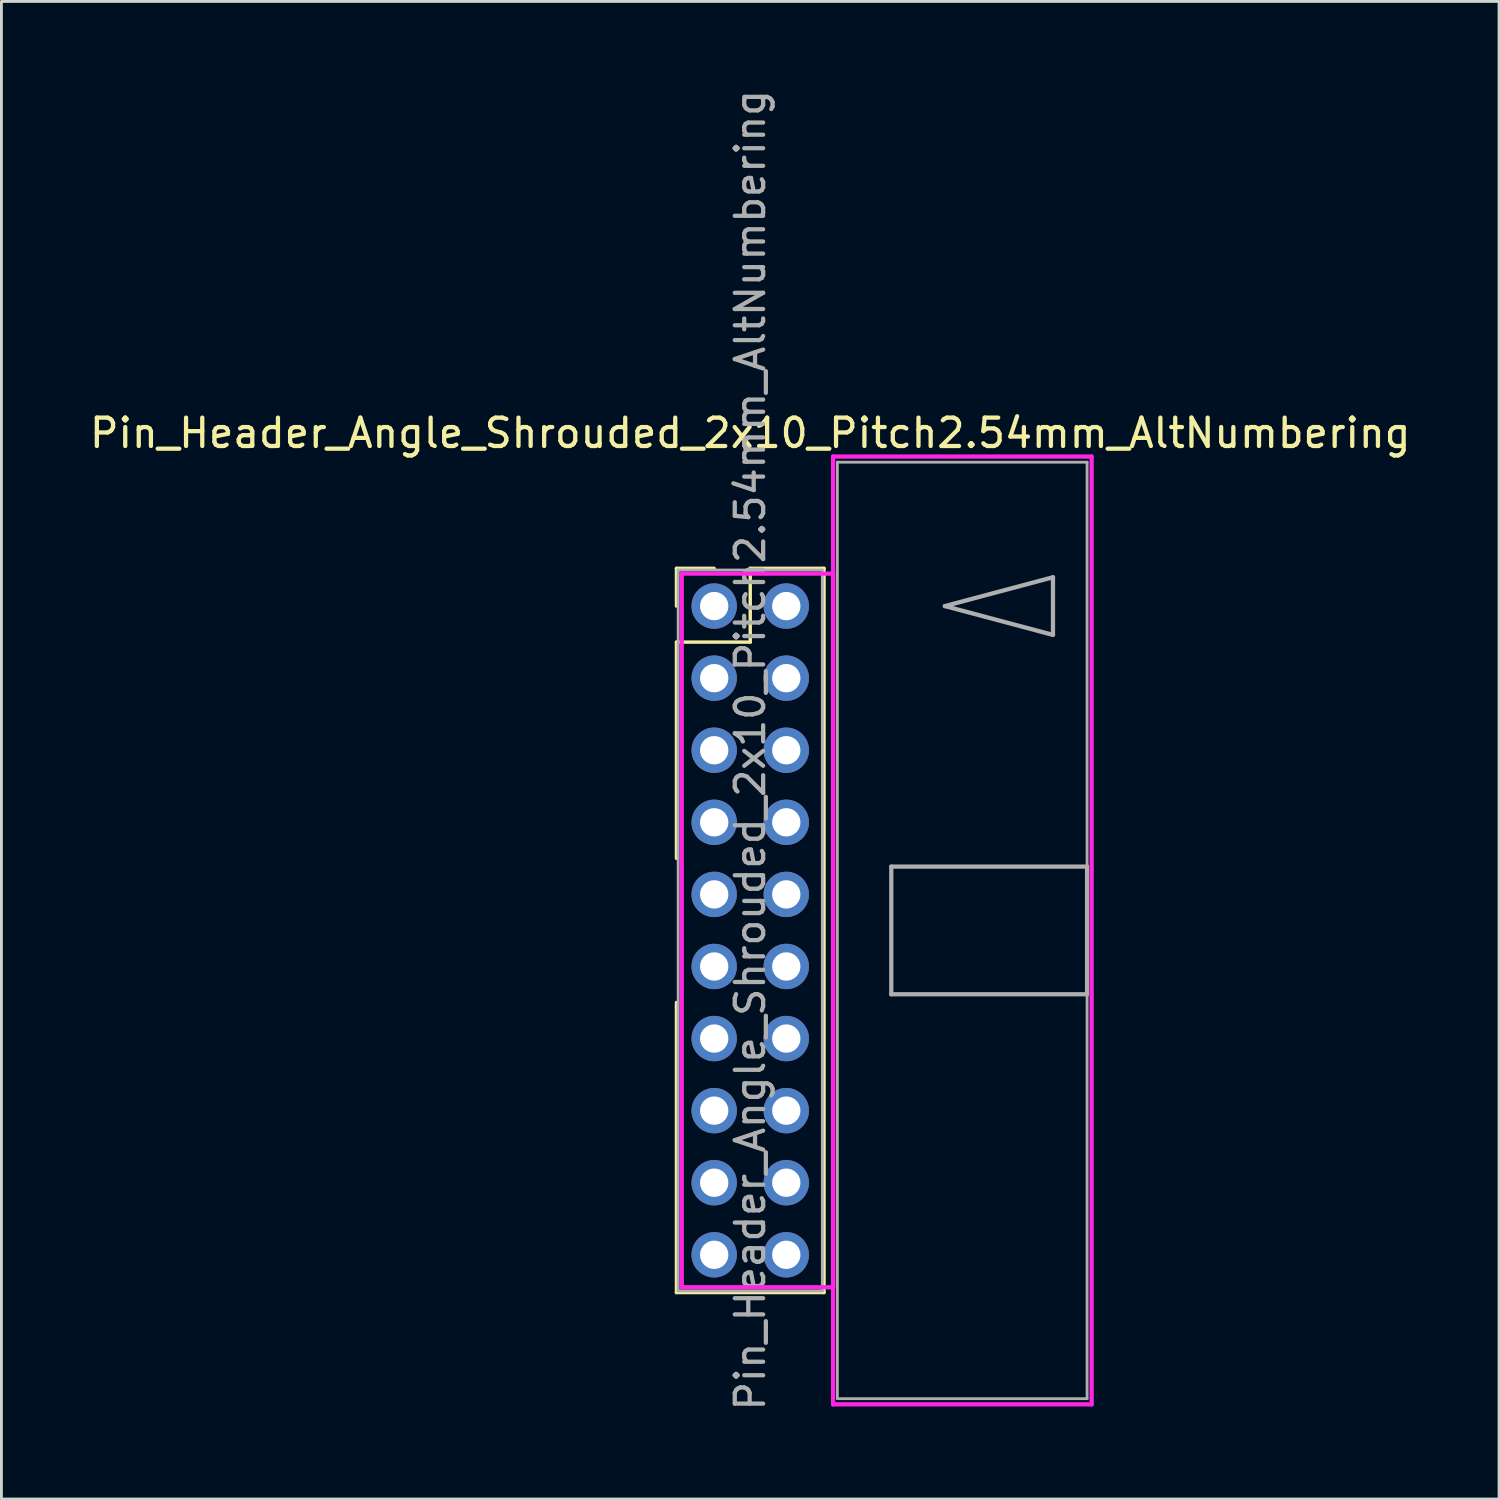
<source format=kicad_pcb>
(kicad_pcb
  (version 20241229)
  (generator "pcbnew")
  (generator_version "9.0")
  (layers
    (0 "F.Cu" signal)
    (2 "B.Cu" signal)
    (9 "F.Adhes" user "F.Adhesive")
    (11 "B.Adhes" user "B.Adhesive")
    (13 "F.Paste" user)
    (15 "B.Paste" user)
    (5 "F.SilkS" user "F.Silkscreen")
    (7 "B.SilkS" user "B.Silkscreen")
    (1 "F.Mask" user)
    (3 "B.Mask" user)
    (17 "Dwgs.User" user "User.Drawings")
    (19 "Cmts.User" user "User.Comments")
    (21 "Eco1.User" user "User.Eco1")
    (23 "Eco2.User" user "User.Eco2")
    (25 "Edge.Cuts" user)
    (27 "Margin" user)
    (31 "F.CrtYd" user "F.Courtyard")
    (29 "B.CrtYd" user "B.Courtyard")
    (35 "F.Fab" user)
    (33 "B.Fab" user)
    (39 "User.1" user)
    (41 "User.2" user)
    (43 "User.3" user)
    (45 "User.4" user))
  (footprint "Pin_Header_Angle_Shrouded_2x10_Pitch2.54mm_AltNumbering"
    (layer "F.Cu")
    (at 22.117 18.307)
    (property "Reference" "Pin_Header_Angle_Shrouded_2x10_Pitch2.54mm_AltNumbering" (at 1.27 -6.096 0) (layer "F.SilkS") (effects (font (size 1 1) (thickness 0.15))))
    (attr through_hole)
    (fp_line (start -1.33 -1.33) (end 0 -1.33) (stroke (width 0.12) (type solid)) (layer "F.SilkS"))
    (fp_line (start -1.33 0) (end -1.33 -1.33) (stroke (width 0.12) (type solid)) (layer "F.SilkS"))
    (fp_line (start -1.33 1.27) (end -1.33 8.89) (stroke (width 0.12) (type solid)) (layer "F.SilkS"))
    (fp_line (start -1.33 1.27) (end 1.27 1.27) (stroke (width 0.12) (type solid)) (layer "F.SilkS"))
    (fp_line (start -1.33 13.97) (end -1.33 24.19) (stroke (width 0.12) (type solid)) (layer "F.SilkS"))
    (fp_line (start -1.33 24.19) (end 3.87 24.19) (stroke (width 0.12) (type solid)) (layer "F.SilkS"))
    (fp_line (start 1.27 -1.33) (end 3.87 -1.33) (stroke (width 0.12) (type solid)) (layer "F.SilkS"))
    (fp_line (start 1.27 1.27) (end 1.27 -1.33) (stroke (width 0.12) (type solid)) (layer "F.SilkS"))
    (fp_line (start 3.87 -1.33) (end 3.87 24.19) (stroke (width 0.12) (type solid)) (layer "F.SilkS"))
    (fp_line (start -1.143 -1.143) (end -1.143 24.003) (stroke (width 0.15) (type solid)) (layer "F.CrtYd"))
    (fp_line (start -1.143 24.003) (end 4.19 24.003) (stroke (width 0.15) (type solid)) (layer "F.CrtYd"))
    (fp_line (start 4.19 -5.27) (end 4.19 28.13) (stroke (width 0.15) (type solid)) (layer "F.CrtYd"))
    (fp_line (start 4.19 -1.143) (end -1.143 -1.143) (stroke (width 0.15) (type solid)) (layer "F.CrtYd"))
    (fp_line (start 4.19 24.003) (end 4.19 -1.143) (stroke (width 0.15) (type solid)) (layer "F.CrtYd"))
    (fp_line (start 4.19 28.13) (end 13.3 28.13) (stroke (width 0.15) (type solid)) (layer "F.CrtYd"))
    (fp_line (start 13.3 -5.27) (end 4.19 -5.27) (stroke (width 0.15) (type solid)) (layer "F.CrtYd"))
    (fp_line (start 13.3 28.13) (end 13.3 -5.27) (stroke (width 0.15) (type solid)) (layer "F.CrtYd"))
    (fp_line (start -1.27 -1.27) (end -1.27 24.13) (stroke (width 0.1) (type solid)) (layer "F.Fab"))
    (fp_line (start -1.27 24.13) (end 3.81 24.13) (stroke (width 0.1) (type solid)) (layer "F.Fab"))
    (fp_line (start 3.81 -1.27) (end -1.27 -1.27) (stroke (width 0.1) (type solid)) (layer "F.Fab"))
    (fp_line (start 3.81 24.13) (end 3.81 -1.27) (stroke (width 0.1) (type solid)) (layer "F.Fab"))
    (fp_line (start 4.34 -5.07) (end 4.34 27.93) (stroke (width 0.1) (type solid)) (layer "F.Fab"))
    (fp_line (start 4.34 27.93) (end 13.14 27.93) (stroke (width 0.1) (type solid)) (layer "F.Fab"))
    (fp_line (start 6.24 9.18) (end 6.24 13.68) (stroke (width 0.15) (type solid)) (layer "F.Fab"))
    (fp_line (start 6.24 13.68) (end 13.14 13.68) (stroke (width 0.15) (type solid)) (layer "F.Fab"))
    (fp_line (start 8.128 0) (end 11.938 -1.016) (stroke (width 0.15) (type solid)) (layer "F.Fab"))
    (fp_line (start 11.938 -1.016) (end 11.938 1.016) (stroke (width 0.15) (type solid)) (layer "F.Fab"))
    (fp_line (start 11.938 1.016) (end 8.128 0) (stroke (width 0.15) (type solid)) (layer "F.Fab"))
    (fp_line (start 13.14 -5.07) (end 4.34 -5.07) (stroke (width 0.1) (type solid)) (layer "F.Fab"))
    (fp_line (start 13.14 9.18) (end 6.24 9.18) (stroke (width 0.15) (type solid)) (layer "F.Fab"))
    (fp_line (start 13.14 13.68) (end 13.14 9.18) (stroke (width 0.15) (type solid)) (layer "F.Fab"))
    (fp_line (start 13.14 27.93) (end 13.14 -5.07) (stroke (width 0.1) (type solid)) (layer "F.Fab"))
    (fp_text user "${REFERENCE}" (at 1.27 5.08 90) (layer "F.Fab") (effects (font (size 1 1) (thickness 0.15))))
    (pad "1" thru_hole oval (at 0 0) (size 1.6 1.6) (drill 1) (layers "*.Cu" "*.Mask"))
    (pad "2" thru_hole oval (at 0 2.54) (size 1.6 1.6) (drill 1) (layers "*.Cu" "*.Mask"))
    (pad "3" thru_hole oval (at 0 5.08) (size 1.6 1.6) (drill 1) (layers "*.Cu" "*.Mask"))
    (pad "4" thru_hole oval (at 0 7.62) (size 1.6 1.6) (drill 1) (layers "*.Cu" "*.Mask"))
    (pad "5" thru_hole oval (at 0 10.16) (size 1.6 1.6) (drill 1) (layers "*.Cu" "*.Mask"))
    (pad "6" thru_hole oval (at 0 12.7) (size 1.6 1.6) (drill 1) (layers "*.Cu" "*.Mask"))
    (pad "7" thru_hole oval (at 0 15.24) (size 1.6 1.6) (drill 1) (layers "*.Cu" "*.Mask"))
    (pad "8" thru_hole oval (at 0 17.78) (size 1.6 1.6) (drill 1) (layers "*.Cu" "*.Mask"))
    (pad "9" thru_hole oval (at 0 20.32) (size 1.6 1.6) (drill 1) (layers "*.Cu" "*.Mask"))
    (pad "10" thru_hole oval (at 0 22.86) (size 1.6 1.6) (drill 1) (layers "*.Cu" "*.Mask"))
    (pad "11" thru_hole oval (at 2.54 0) (size 1.6 1.6) (drill 1) (layers "*.Cu" "*.Mask"))
    (pad "12" thru_hole oval (at 2.54 2.54) (size 1.6 1.6) (drill 1) (layers "*.Cu" "*.Mask"))
    (pad "13" thru_hole oval (at 2.54 5.08) (size 1.6 1.6) (drill 1) (layers "*.Cu" "*.Mask"))
    (pad "14" thru_hole oval (at 2.54 7.62) (size 1.6 1.6) (drill 1) (layers "*.Cu" "*.Mask"))
    (pad "15" thru_hole oval (at 2.54 10.16) (size 1.6 1.6) (drill 1) (layers "*.Cu" "*.Mask"))
    (pad "16" thru_hole oval (at 2.54 12.7) (size 1.6 1.6) (drill 1) (layers "*.Cu" "*.Mask"))
    (pad "17" thru_hole oval (at 2.54 15.24) (size 1.6 1.6) (drill 1) (layers "*.Cu" "*.Mask"))
    (pad "18" thru_hole oval (at 2.54 17.78) (size 1.6 1.6) (drill 1) (layers "*.Cu" "*.Mask"))
    (pad "19" thru_hole oval (at 2.54 20.32) (size 1.6 1.6) (drill 1) (layers "*.Cu" "*.Mask"))
    (pad "20" thru_hole oval (at 2.54 22.86) (size 1.6 1.6) (drill 1) (layers "*.Cu" "*.Mask")))
  (gr_rect
    (start -3 -3)
    (end 49.774 49.774)
    (stroke (width 0.1) (type default))
    (fill no)
    (layer "Edge.Cuts")))
</source>
